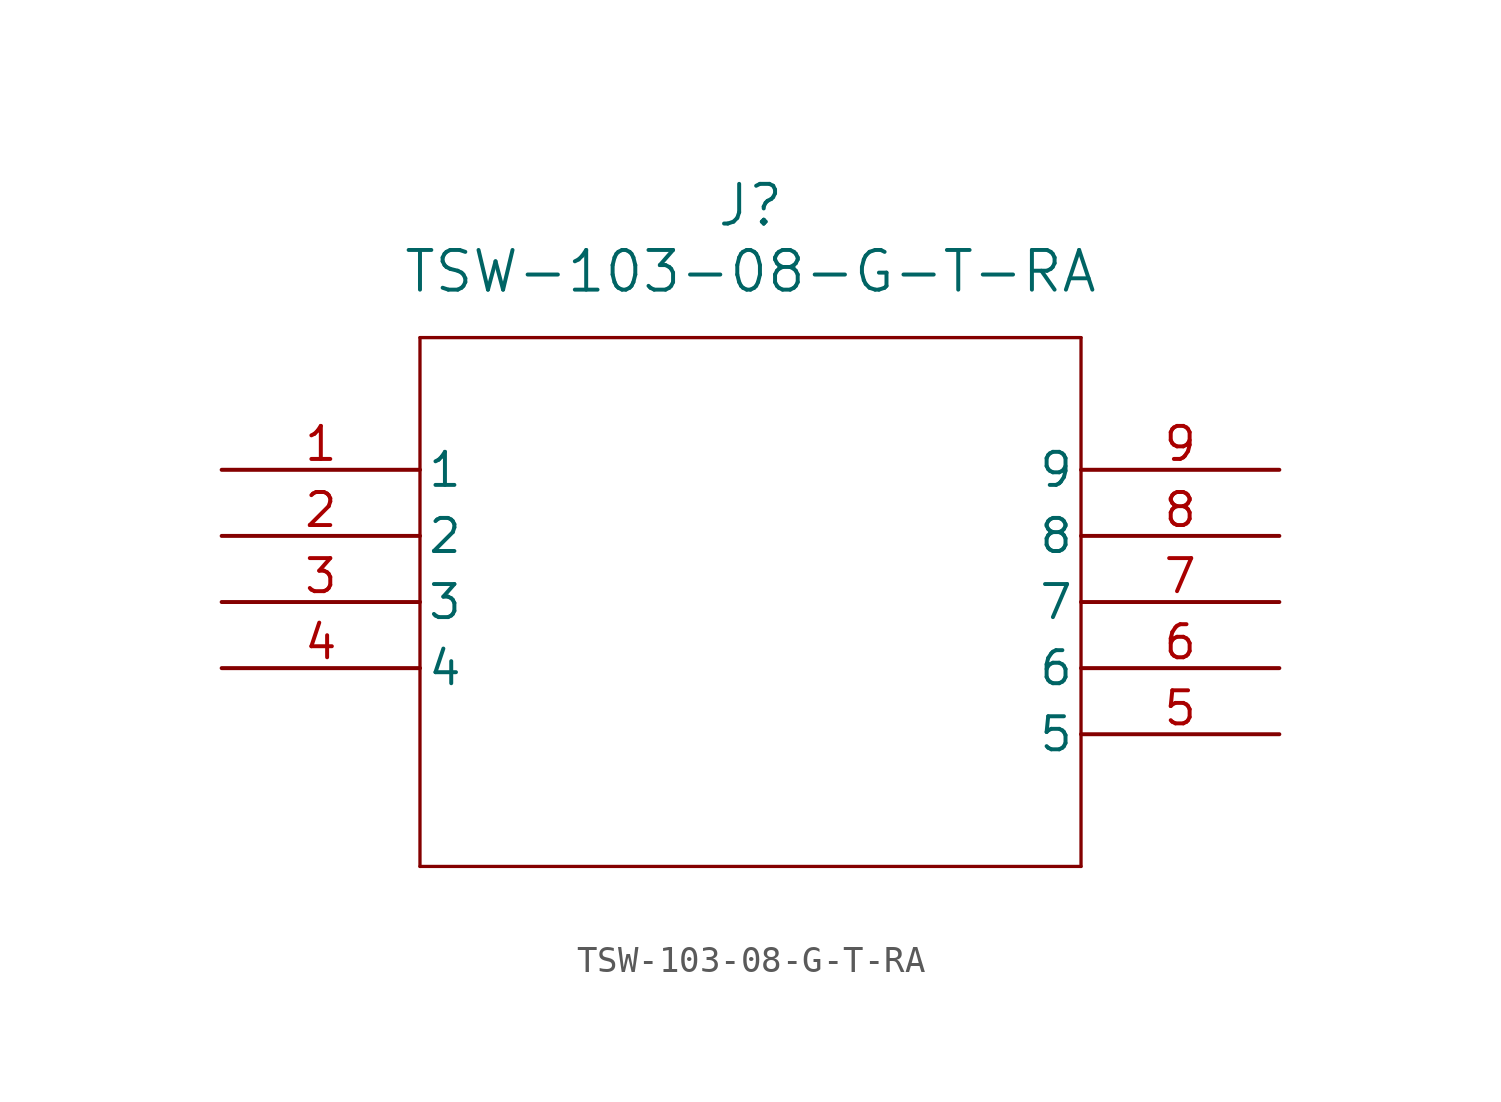
<source format=kicad_sym>
(kicad_symbol_lib
  (version 20211014)
  (generator kicad_symbol_editor)
  (symbol "TSW-103-08-G-T-RA"
    (pin_names
      (offset 0.254))
    (property "Reference" "J"
      (at 20.32 10.16 0)
      (effects (font (size 1.524 1.524))))
    (property "Value" "TSW-103-08-G-T-RA"
      (at 20.32 7.62 0)
      (effects (font (size 1.524 1.524))))
    (symbol "TSW-103-08-G-T-RA_0_1"
      (polyline (pts (xy 7.62 5.08) (xy 7.62 -15.24)) (stroke (width 0.127) (type default) (color 0 0 0 0)) (fill (type none)))
      (polyline (pts (xy 7.62 -15.24) (xy 33.02 -15.24)) (stroke (width 0.127) (type default) (color 0 0 0 0)) (fill (type none)))
      (polyline (pts (xy 33.02 -15.24) (xy 33.02 5.08)) (stroke (width 0.127) (type default) (color 0 0 0 0)) (fill (type none)))
      (polyline (pts (xy 33.02 5.08) (xy 7.62 5.08)) (stroke (width 0.127) (type default) (color 0 0 0 0)) (fill (type none)))
      (pin unspecified line (at 0 0 0) (length 7.62) (name "1" (effects (font (size 1.27 1.27)))) (number "1" (effects (font (size 1.27 1.27)))))
      (pin unspecified line (at 0 -2.54 0) (length 7.62) (name "2" (effects (font (size 1.27 1.27)))) (number "2" (effects (font (size 1.27 1.27)))))
      (pin unspecified line (at 0 -5.08 0) (length 7.62) (name "3" (effects (font (size 1.27 1.27)))) (number "3" (effects (font (size 1.27 1.27)))))
      (pin unspecified line (at 0 -7.62 0) (length 7.62) (name "4" (effects (font (size 1.27 1.27)))) (number "4" (effects (font (size 1.27 1.27)))))
      (pin unspecified line (at 40.64 -10.16 180) (length 7.62) (name "5" (effects (font (size 1.27 1.27)))) (number "5" (effects (font (size 1.27 1.27)))))
      (pin unspecified line (at 40.64 -7.62 180) (length 7.62) (name "6" (effects (font (size 1.27 1.27)))) (number "6" (effects (font (size 1.27 1.27)))))
      (pin unspecified line (at 40.64 -5.08 180) (length 7.62) (name "7" (effects (font (size 1.27 1.27)))) (number "7" (effects (font (size 1.27 1.27)))))
      (pin unspecified line (at 40.64 -2.54 180) (length 7.62) (name "8" (effects (font (size 1.27 1.27)))) (number "8" (effects (font (size 1.27 1.27)))))
      (pin unspecified line (at 40.64 0 180) (length 7.62) (name "9" (effects (font (size 1.27 1.27)))) (number "9" (effects (font (size 1.27 1.27))))))))
</source>
